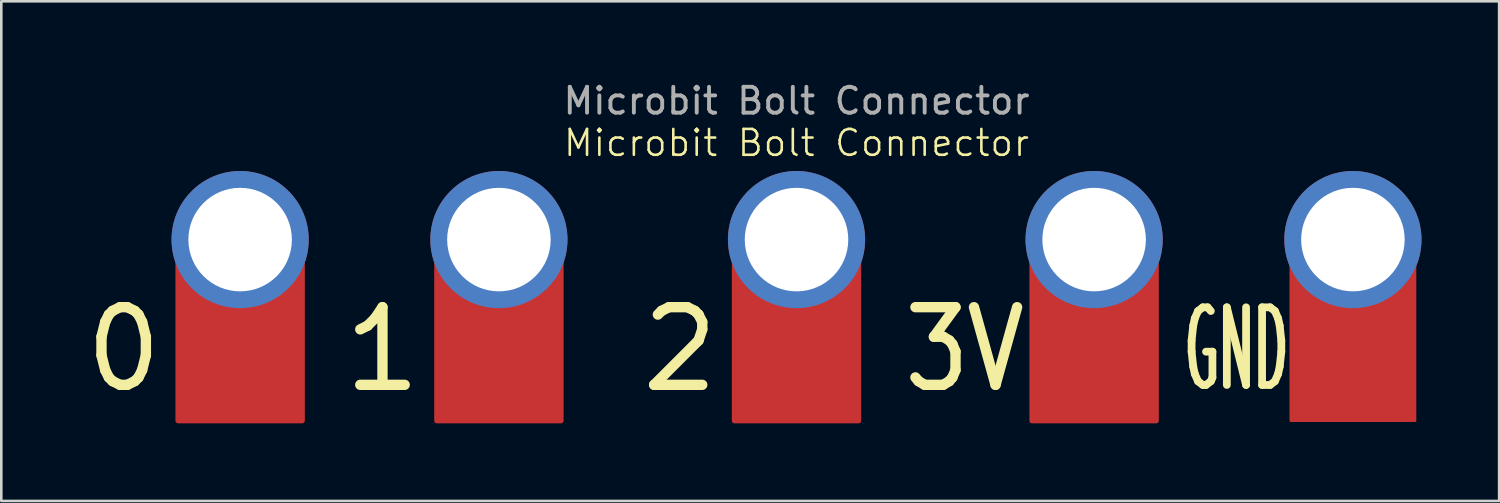
<source format=kicad_pcb>
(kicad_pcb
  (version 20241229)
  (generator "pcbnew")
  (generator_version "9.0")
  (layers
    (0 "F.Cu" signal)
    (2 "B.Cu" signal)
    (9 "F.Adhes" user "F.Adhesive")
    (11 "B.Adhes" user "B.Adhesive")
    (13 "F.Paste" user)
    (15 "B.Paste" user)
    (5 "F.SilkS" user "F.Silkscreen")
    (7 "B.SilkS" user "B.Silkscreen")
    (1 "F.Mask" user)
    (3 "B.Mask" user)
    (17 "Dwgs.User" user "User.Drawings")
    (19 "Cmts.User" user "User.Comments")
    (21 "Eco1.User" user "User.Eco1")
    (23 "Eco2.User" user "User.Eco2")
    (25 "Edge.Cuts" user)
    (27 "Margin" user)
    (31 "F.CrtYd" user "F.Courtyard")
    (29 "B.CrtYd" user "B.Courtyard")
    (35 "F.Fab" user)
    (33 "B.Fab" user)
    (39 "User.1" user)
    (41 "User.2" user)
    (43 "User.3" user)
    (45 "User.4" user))
  (footprint "Microbit Bolt Connector"
    (layer "F.Cu")
    (at 27.729 6.208)
    (property "Reference" "Microbit Bolt Connector" (at 0 -3.734 0) (unlocked yes) (layer "F.SilkS") (effects (font (size 1 1) (thickness 0.1))))
    (attr through_hole)
    (fp_rect (start -23.9 0.711) (end -19.1 7) (stroke (width 0.2) (type solid)) (fill yes) (layer "F.Cu"))
    (fp_rect (start -13.9 0.737) (end -9.1 7) (stroke (width 0.2) (type solid)) (fill yes) (layer "F.Cu"))
    (fp_rect (start -2.4 0.762) (end 2.4 7) (stroke (width 0.2) (type solid)) (fill yes) (layer "F.Cu"))
    (fp_rect (start 9.1 0.737) (end 13.9 7) (stroke (width 0.2) (type solid)) (fill yes) (layer "F.Cu"))
    (fp_rect (start 19.1 0.838) (end 23.9 7) (stroke (width 0.1) (type solid)) (fill yes) (layer "F.Cu"))
    (fp_rect (start -23.9 0.711) (end -19.1 7) (stroke (width 0.2) (type solid)) (fill yes) (layer "F.Mask"))
    (fp_rect (start -13.9 0.737) (end -9.1 7) (stroke (width 0.2) (type solid)) (fill yes) (layer "F.Mask"))
    (fp_rect (start -2.4 0.787) (end 2.4 7) (stroke (width 0.2) (type solid)) (fill yes) (layer "F.Mask"))
    (fp_rect (start 9.1 0.813) (end 13.9 7) (stroke (width 0.2) (type solid)) (fill yes) (layer "F.Mask"))
    (fp_rect (start 19.1 0.711) (end 23.9 7) (stroke (width 0.1) (type solid)) (fill yes) (layer "F.Mask"))
    (fp_text user "2" (at -4.5 6 0) (unlocked yes) (layer "F.SilkS") (effects (font (size 3 3) (thickness 0.4) (bold yes)) (justify bottom)))
    (fp_text user "1" (at -16 6 0) (unlocked yes) (layer "F.SilkS") (effects (font (size 3 3) (thickness 0.4) (bold yes)) (justify bottom)))
    (fp_text user "GND" (at 17 6 0) (unlocked yes) (layer "F.SilkS") (effects (font (size 3 1.3) (thickness 0.3) (bold yes)) (justify bottom)))
    (fp_text user "3V" (at 6.5 6 0) (unlocked yes) (layer "F.SilkS") (effects (font (size 3 2.5) (thickness 0.4) (bold yes)) (justify bottom)))
    (fp_text user "0" (at -26 6 0) (unlocked yes) (layer "F.SilkS") (effects (font (size 3 3) (thickness 0.4) (bold yes)) (justify bottom)))
    (fp_text user "${REFERENCE}" (at 0 -5.359 0) (unlocked yes) (layer "F.Fab") (effects (font (size 1 1) (thickness 0.15))))
    (pad "0" thru_hole circle (at -21.5 0) (size 5.3 5.3) (drill 4) (layers "*.Cu" "*.Mask"))
    (pad "1" thru_hole circle (at -11.5 0) (size 5.3 5.3) (drill 4) (layers "*.Cu" "*.Mask"))
    (pad "2" thru_hole circle (at 0 0) (size 5.3 5.3) (drill 4) (layers "*.Cu" "*.Mask"))
    (pad "3" thru_hole circle (at 11.5 0) (size 5.3 5.3) (drill 4) (layers "*.Cu" "*.Mask"))
    (pad "4" thru_hole circle (at 21.5 0) (size 5.3 5.3) (drill 4) (layers "*.Cu" "*.Mask")))
  (gr_rect
    (start -3 -3)
    (end 54.879 16.308)
    (stroke (width 0.1) (type default))
    (fill no)
    (layer "Edge.Cuts")))
</source>
